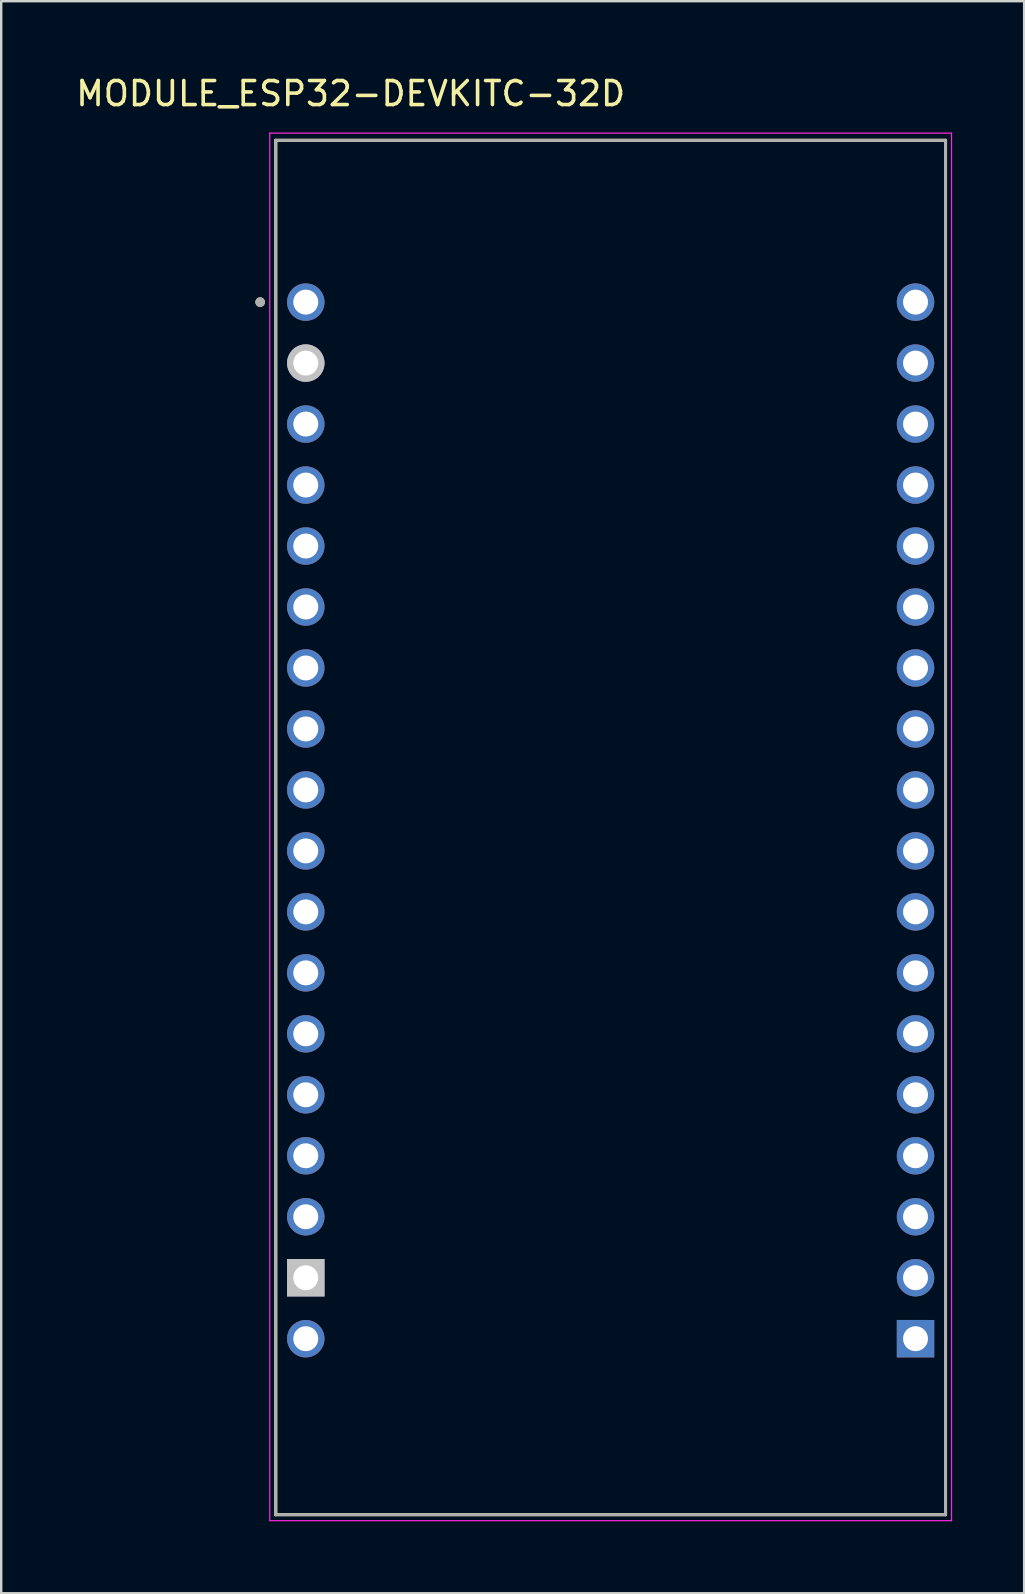
<source format=kicad_pcb>
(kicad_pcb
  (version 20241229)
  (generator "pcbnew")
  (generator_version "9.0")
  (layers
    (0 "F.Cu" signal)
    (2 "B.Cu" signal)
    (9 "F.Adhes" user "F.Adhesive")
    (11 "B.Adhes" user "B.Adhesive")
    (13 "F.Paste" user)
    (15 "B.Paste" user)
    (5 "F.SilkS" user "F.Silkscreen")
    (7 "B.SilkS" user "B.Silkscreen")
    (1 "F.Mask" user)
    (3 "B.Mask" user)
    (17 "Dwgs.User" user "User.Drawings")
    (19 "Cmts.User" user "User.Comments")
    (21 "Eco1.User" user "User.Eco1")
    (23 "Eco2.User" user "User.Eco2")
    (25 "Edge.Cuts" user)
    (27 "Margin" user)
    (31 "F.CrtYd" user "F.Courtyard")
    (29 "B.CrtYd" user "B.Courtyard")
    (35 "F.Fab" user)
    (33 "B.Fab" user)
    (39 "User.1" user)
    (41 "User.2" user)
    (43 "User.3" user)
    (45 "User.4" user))
  (footprint "MODULE_ESP32-DEVKITC-32D"
    (layer "F.Cu")
    (at 22.387 29.295)
    (property "Reference" "MODULE_ESP32-DEVKITC-32D" (at -10.829 -28.446 0) (layer "F.SilkS") (effects (font (size 1 1) (thickness 0.15))))
    (attr through_hole)
    (fp_line (start -13.95 -26.5) (end 13.95 -26.5) (stroke (width 0.127) (type solid)) (layer "F.SilkS"))
    (fp_line (start -13.95 30.75) (end -13.95 -26.5) (stroke (width 0.127) (type solid)) (layer "F.SilkS"))
    (fp_line (start 13.95 -26.5) (end 13.95 30.75) (stroke (width 0.127) (type solid)) (layer "F.SilkS"))
    (fp_line (start 13.95 30.75) (end -13.95 30.75) (stroke (width 0.127) (type solid)) (layer "F.SilkS"))
    (fp_circle (center -14.6 -19.76) (end -14.5 -19.76) (stroke (width 0.2) (type solid)) (fill no) (layer "F.SilkS"))
    (fp_line (start -14.2 -26.8) (end 14.2 -26.8) (stroke (width 0.05) (type solid)) (layer "F.CrtYd"))
    (fp_line (start -14.2 31) (end -14.2 -26.8) (stroke (width 0.05) (type solid)) (layer "F.CrtYd"))
    (fp_line (start 14.2 -26.8) (end 14.2 31) (stroke (width 0.05) (type solid)) (layer "F.CrtYd"))
    (fp_line (start 14.2 31) (end -14.2 31) (stroke (width 0.05) (type solid)) (layer "F.CrtYd"))
    (fp_line (start -13.95 -26.5) (end 13.95 -26.5) (stroke (width 0.127) (type solid)) (layer "F.Fab"))
    (fp_line (start -13.95 30.75) (end -13.95 -26.5) (stroke (width 0.127) (type solid)) (layer "F.Fab"))
    (fp_line (start 13.95 -26.5) (end 13.95 30.75) (stroke (width 0.127) (type solid)) (layer "F.Fab"))
    (fp_line (start 13.95 30.75) (end -13.95 30.75) (stroke (width 0.127) (type solid)) (layer "F.Fab"))
    (fp_circle (center -14.6 -19.76) (end -14.5 -19.76) (stroke (width 0.2) (type solid)) (fill no) (layer "F.Fab"))
    (pad "J2-2" thru_hole circle (at -12.7 -19.76) (size 1.56 1.56) (drill 1.04) (layers "*.Cu" "*.Mask"))
    (pad "J2-3" thru_hole circle (at -12.7 -17.22) (size 1.56 1.56) (drill 1.04) (layers "*.Cu" "*.Mask" "Dwgs.User"))
    (pad "J2-4" thru_hole circle (at -12.7 -14.68) (size 1.56 1.56) (drill 1.04) (layers "*.Cu" "*.Mask"))
    (pad "J2-5" thru_hole circle (at -12.7 -12.14) (size 1.56 1.56) (drill 1.04) (layers "*.Cu" "*.Mask"))
    (pad "J2-6" thru_hole circle (at -12.7 -9.6) (size 1.56 1.56) (drill 1.04) (layers "*.Cu" "*.Mask"))
    (pad "J2-7" thru_hole circle (at -12.7 -7.06) (size 1.56 1.56) (drill 1.04) (layers "*.Cu" "*.Mask"))
    (pad "J2-8" thru_hole circle (at -12.7 -4.52) (size 1.56 1.56) (drill 1.04) (layers "*.Cu" "*.Mask"))
    (pad "J2-9" thru_hole circle (at -12.7 -1.98) (size 1.56 1.56) (drill 1.04) (layers "*.Cu" "*.Mask"))
    (pad "J2-10" thru_hole circle (at -12.7 0.56) (size 1.56 1.56) (drill 1.04) (layers "*.Cu" "*.Mask"))
    (pad "J2-11" thru_hole circle (at -12.7 3.1) (size 1.56 1.56) (drill 1.04) (layers "*.Cu" "*.Mask"))
    (pad "J2-12" thru_hole circle (at -12.7 5.64) (size 1.56 1.56) (drill 1.04) (layers "*.Cu" "*.Mask"))
    (pad "J2-13" thru_hole circle (at -12.7 8.18) (size 1.56 1.56) (drill 1.04) (layers "*.Cu" "*.Mask"))
    (pad "J2-14" thru_hole circle (at -12.7 10.72) (size 1.56 1.56) (drill 1.04) (layers "*.Cu" "*.Mask"))
    (pad "J2-15" thru_hole circle (at -12.7 13.26) (size 1.56 1.56) (drill 1.04) (layers "*.Cu" "*.Mask"))
    (pad "J2-16" thru_hole circle (at -12.7 15.8) (size 1.56 1.56) (drill 1.04) (layers "*.Cu" "*.Mask"))
    (pad "J2-17" thru_hole circle (at -12.7 18.34) (size 1.56 1.56) (drill 1.04) (layers "*.Cu" "*.Mask"))
    (pad "J2-18" thru_hole rect (at -12.7 20.88) (size 1.56 1.56) (drill 1.04) (layers "*.Cu" "*.Mask" "Dwgs.User" "Eco2.User"))
    (pad "J2-19" thru_hole circle (at -12.7 23.42) (size 1.56 1.56) (drill 1.04) (layers "*.Cu" "*.Mask"))
    (pad "J3-2" thru_hole circle (at 12.7 -19.76) (size 1.56 1.56) (drill 1.04) (layers "*.Cu" "*.Mask"))
    (pad "J3-3" thru_hole circle (at 12.7 -17.22) (size 1.56 1.56) (drill 1.04) (layers "*.Cu" "*.Mask"))
    (pad "J3-4" thru_hole circle (at 12.7 -14.68) (size 1.56 1.56) (drill 1.04) (layers "*.Cu" "*.Mask"))
    (pad "J3-5" thru_hole circle (at 12.7 -12.14) (size 1.56 1.56) (drill 1.04) (layers "*.Cu" "*.Mask"))
    (pad "J3-6" thru_hole circle (at 12.7 -9.6) (size 1.56 1.56) (drill 1.04) (layers "*.Cu" "*.Mask"))
    (pad "J3-7" thru_hole circle (at 12.7 -7.06) (size 1.56 1.56) (drill 1.04) (layers "*.Cu" "*.Mask"))
    (pad "J3-8" thru_hole circle (at 12.7 -4.52) (size 1.56 1.56) (drill 1.04) (layers "*.Cu" "*.Mask"))
    (pad "J3-9" thru_hole circle (at 12.7 -1.98) (size 1.56 1.56) (drill 1.04) (layers "*.Cu" "*.Mask"))
    (pad "J3-10" thru_hole circle (at 12.7 0.56) (size 1.56 1.56) (drill 1.04) (layers "*.Cu" "*.Mask"))
    (pad "J3-11" thru_hole circle (at 12.7 3.1) (size 1.56 1.56) (drill 1.04) (layers "*.Cu" "*.Mask"))
    (pad "J3-12" thru_hole circle (at 12.7 5.64) (size 1.56 1.56) (drill 1.04) (layers "*.Cu" "*.Mask"))
    (pad "J3-13" thru_hole circle (at 12.7 8.18) (size 1.56 1.56) (drill 1.04) (layers "*.Cu" "*.Mask"))
    (pad "J3-14" thru_hole circle (at 12.7 10.72) (size 1.56 1.56) (drill 1.04) (layers "*.Cu" "*.Mask"))
    (pad "J3-15" thru_hole circle (at 12.7 13.26) (size 1.56 1.56) (drill 1.04) (layers "*.Cu" "*.Mask"))
    (pad "J3-16" thru_hole circle (at 12.7 15.8) (size 1.56 1.56) (drill 1.04) (layers "*.Cu" "*.Mask"))
    (pad "J3-17" thru_hole circle (at 12.7 18.34) (size 1.56 1.56) (drill 1.04) (layers "*.Cu" "*.Mask"))
    (pad "J3-18" thru_hole circle (at 12.7 20.88) (size 1.56 1.56) (drill 1.04) (layers "*.Cu" "*.Mask"))
    (pad "J3-19" thru_hole rect (at 12.7 23.42) (size 1.56 1.56) (drill 1.04) (layers "*.Cu" "*.Mask")))
  (gr_rect
    (start -3 -3)
    (end 39.612 63.32)
    (stroke (width 0.1) (type default))
    (fill no)
    (layer "Edge.Cuts")))
</source>
